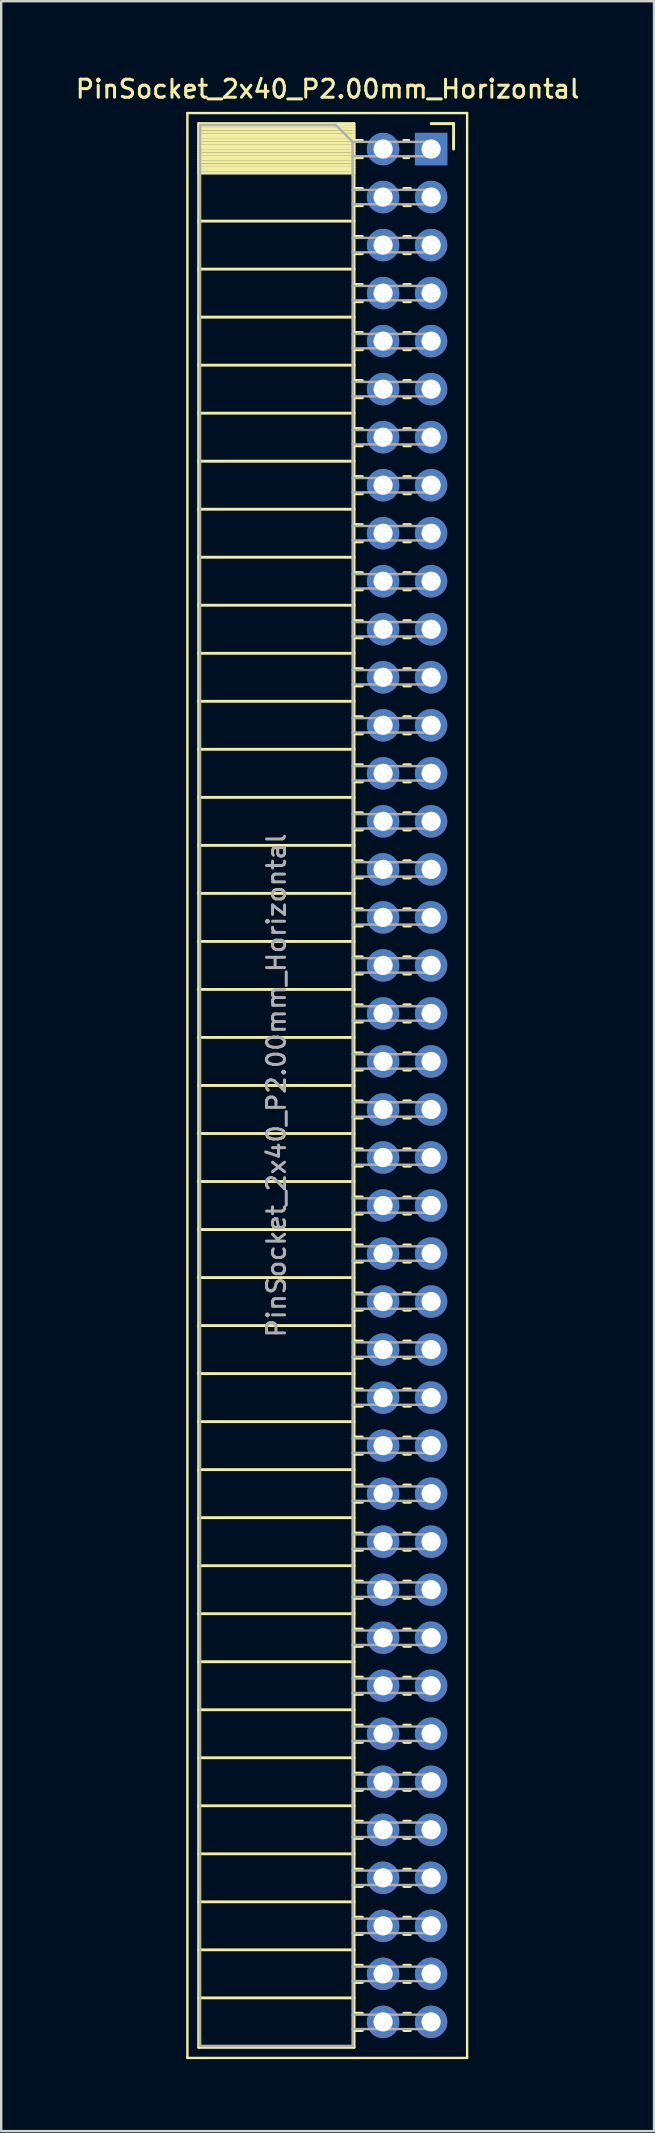
<source format=kicad_pcb>
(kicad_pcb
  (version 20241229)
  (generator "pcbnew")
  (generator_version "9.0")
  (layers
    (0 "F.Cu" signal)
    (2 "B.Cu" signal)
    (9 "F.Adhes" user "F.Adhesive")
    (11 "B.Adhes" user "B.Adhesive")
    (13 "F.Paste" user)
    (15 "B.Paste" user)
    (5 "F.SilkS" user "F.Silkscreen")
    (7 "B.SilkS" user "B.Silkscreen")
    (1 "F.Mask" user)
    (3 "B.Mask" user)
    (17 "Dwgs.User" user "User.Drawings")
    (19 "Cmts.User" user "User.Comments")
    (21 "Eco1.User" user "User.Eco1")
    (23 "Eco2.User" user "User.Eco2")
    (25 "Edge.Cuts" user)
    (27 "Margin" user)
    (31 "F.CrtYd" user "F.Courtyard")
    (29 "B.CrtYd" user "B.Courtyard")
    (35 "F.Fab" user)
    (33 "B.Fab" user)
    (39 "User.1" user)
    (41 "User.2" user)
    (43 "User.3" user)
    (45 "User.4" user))
  (footprint "PinSocket_2x40_P2.00mm_Horizontal"
    (layer "F.Cu")
    (at 14.905 3.158)
    (property "Reference" "PinSocket_2x40_P2.00mm_Horizontal" (at -4.31 -2.5 0) (layer "F.SilkS") (effects (font (size 0.75 0.75) (thickness 0.125))))
    (attr through_hole)
    (fp_line (start -10.15 -1.5) (end -10.15 79.5) (stroke (width 0.1) (type solid)) (layer "F.SilkS"))
    (fp_line (start -10.15 79.5) (end 1.5 79.5) (stroke (width 0.1) (type solid)) (layer "F.SilkS"))
    (fp_line (start -9.68 -1.06) (end -9.68 79.06) (stroke (width 0.12) (type solid)) (layer "F.SilkS"))
    (fp_line (start -9.68 -1.06) (end -3.21 -1.06) (stroke (width 0.12) (type solid)) (layer "F.SilkS"))
    (fp_line (start -9.68 -0.94) (end -3.21 -0.94) (stroke (width 0.12) (type solid)) (layer "F.SilkS"))
    (fp_line (start -9.68 -0.826) (end -3.21 -0.826) (stroke (width 0.12) (type solid)) (layer "F.SilkS"))
    (fp_line (start -9.68 -0.712) (end -3.21 -0.712) (stroke (width 0.12) (type solid)) (layer "F.SilkS"))
    (fp_line (start -9.68 -0.598) (end -3.21 -0.598) (stroke (width 0.12) (type solid)) (layer "F.SilkS"))
    (fp_line (start -9.68 -0.484) (end -3.21 -0.484) (stroke (width 0.12) (type solid)) (layer "F.SilkS"))
    (fp_line (start -9.68 -0.369) (end -3.21 -0.369) (stroke (width 0.12) (type solid)) (layer "F.SilkS"))
    (fp_line (start -9.68 -0.255) (end -3.21 -0.255) (stroke (width 0.12) (type solid)) (layer "F.SilkS"))
    (fp_line (start -9.68 -0.141) (end -3.21 -0.141) (stroke (width 0.12) (type solid)) (layer "F.SilkS"))
    (fp_line (start -9.68 -0.027) (end -3.21 -0.027) (stroke (width 0.12) (type solid)) (layer "F.SilkS"))
    (fp_line (start -9.68 0.087) (end -3.21 0.087) (stroke (width 0.12) (type solid)) (layer "F.SilkS"))
    (fp_line (start -9.68 0.201) (end -3.21 0.201) (stroke (width 0.12) (type solid)) (layer "F.SilkS"))
    (fp_line (start -9.68 0.315) (end -3.21 0.315) (stroke (width 0.12) (type solid)) (layer "F.SilkS"))
    (fp_line (start -9.68 0.429) (end -3.21 0.429) (stroke (width 0.12) (type solid)) (layer "F.SilkS"))
    (fp_line (start -9.68 0.544) (end -3.21 0.544) (stroke (width 0.12) (type solid)) (layer "F.SilkS"))
    (fp_line (start -9.68 0.658) (end -3.21 0.658) (stroke (width 0.12) (type solid)) (layer "F.SilkS"))
    (fp_line (start -9.68 0.772) (end -3.21 0.772) (stroke (width 0.12) (type solid)) (layer "F.SilkS"))
    (fp_line (start -9.68 0.886) (end -3.21 0.886) (stroke (width 0.12) (type solid)) (layer "F.SilkS"))
    (fp_line (start -9.68 1) (end -3.21 1) (stroke (width 0.12) (type solid)) (layer "F.SilkS"))
    (fp_line (start -9.68 3) (end -3.21 3) (stroke (width 0.12) (type solid)) (layer "F.SilkS"))
    (fp_line (start -9.68 5) (end -3.21 5) (stroke (width 0.12) (type solid)) (layer "F.SilkS"))
    (fp_line (start -9.68 7) (end -3.21 7) (stroke (width 0.12) (type solid)) (layer "F.SilkS"))
    (fp_line (start -9.68 9) (end -3.21 9) (stroke (width 0.12) (type solid)) (layer "F.SilkS"))
    (fp_line (start -9.68 11) (end -3.21 11) (stroke (width 0.12) (type solid)) (layer "F.SilkS"))
    (fp_line (start -9.68 13) (end -3.21 13) (stroke (width 0.12) (type solid)) (layer "F.SilkS"))
    (fp_line (start -9.68 15) (end -3.21 15) (stroke (width 0.12) (type solid)) (layer "F.SilkS"))
    (fp_line (start -9.68 17) (end -3.21 17) (stroke (width 0.12) (type solid)) (layer "F.SilkS"))
    (fp_line (start -9.68 19) (end -3.21 19) (stroke (width 0.12) (type solid)) (layer "F.SilkS"))
    (fp_line (start -9.68 21) (end -3.21 21) (stroke (width 0.12) (type solid)) (layer "F.SilkS"))
    (fp_line (start -9.68 23) (end -3.21 23) (stroke (width 0.12) (type solid)) (layer "F.SilkS"))
    (fp_line (start -9.68 25) (end -3.21 25) (stroke (width 0.12) (type solid)) (layer "F.SilkS"))
    (fp_line (start -9.68 27) (end -3.21 27) (stroke (width 0.12) (type solid)) (layer "F.SilkS"))
    (fp_line (start -9.68 29) (end -3.21 29) (stroke (width 0.12) (type solid)) (layer "F.SilkS"))
    (fp_line (start -9.68 31) (end -3.21 31) (stroke (width 0.12) (type solid)) (layer "F.SilkS"))
    (fp_line (start -9.68 33) (end -3.21 33) (stroke (width 0.12) (type solid)) (layer "F.SilkS"))
    (fp_line (start -9.68 35) (end -3.21 35) (stroke (width 0.12) (type solid)) (layer "F.SilkS"))
    (fp_line (start -9.68 37) (end -3.21 37) (stroke (width 0.12) (type solid)) (layer "F.SilkS"))
    (fp_line (start -9.68 39) (end -3.21 39) (stroke (width 0.12) (type solid)) (layer "F.SilkS"))
    (fp_line (start -9.68 41) (end -3.21 41) (stroke (width 0.12) (type solid)) (layer "F.SilkS"))
    (fp_line (start -9.68 43) (end -3.21 43) (stroke (width 0.12) (type solid)) (layer "F.SilkS"))
    (fp_line (start -9.68 45) (end -3.21 45) (stroke (width 0.12) (type solid)) (layer "F.SilkS"))
    (fp_line (start -9.68 47) (end -3.21 47) (stroke (width 0.12) (type solid)) (layer "F.SilkS"))
    (fp_line (start -9.68 49) (end -3.21 49) (stroke (width 0.12) (type solid)) (layer "F.SilkS"))
    (fp_line (start -9.68 51) (end -3.21 51) (stroke (width 0.12) (type solid)) (layer "F.SilkS"))
    (fp_line (start -9.68 53) (end -3.21 53) (stroke (width 0.12) (type solid)) (layer "F.SilkS"))
    (fp_line (start -9.68 55) (end -3.21 55) (stroke (width 0.12) (type solid)) (layer "F.SilkS"))
    (fp_line (start -9.68 57) (end -3.21 57) (stroke (width 0.12) (type solid)) (layer "F.SilkS"))
    (fp_line (start -9.68 59) (end -3.21 59) (stroke (width 0.12) (type solid)) (layer "F.SilkS"))
    (fp_line (start -9.68 61) (end -3.21 61) (stroke (width 0.12) (type solid)) (layer "F.SilkS"))
    (fp_line (start -9.68 63) (end -3.21 63) (stroke (width 0.12) (type solid)) (layer "F.SilkS"))
    (fp_line (start -9.68 65) (end -3.21 65) (stroke (width 0.12) (type solid)) (layer "F.SilkS"))
    (fp_line (start -9.68 67) (end -3.21 67) (stroke (width 0.12) (type solid)) (layer "F.SilkS"))
    (fp_line (start -9.68 69) (end -3.21 69) (stroke (width 0.12) (type solid)) (layer "F.SilkS"))
    (fp_line (start -9.68 71) (end -3.21 71) (stroke (width 0.12) (type solid)) (layer "F.SilkS"))
    (fp_line (start -9.68 73) (end -3.21 73) (stroke (width 0.12) (type solid)) (layer "F.SilkS"))
    (fp_line (start -9.68 75) (end -3.21 75) (stroke (width 0.12) (type solid)) (layer "F.SilkS"))
    (fp_line (start -9.68 77) (end -3.21 77) (stroke (width 0.12) (type solid)) (layer "F.SilkS"))
    (fp_line (start -9.68 79.06) (end -3.21 79.06) (stroke (width 0.12) (type solid)) (layer "F.SilkS"))
    (fp_line (start -3.21 -1.06) (end -3.21 79.06) (stroke (width 0.12) (type solid)) (layer "F.SilkS"))
    (fp_line (start -3.21 -0.36) (end -2.863 -0.36) (stroke (width 0.12) (type solid)) (layer "F.SilkS"))
    (fp_line (start -3.21 0.36) (end -2.863 0.36) (stroke (width 0.12) (type solid)) (layer "F.SilkS"))
    (fp_line (start -3.21 1.64) (end -2.863 1.64) (stroke (width 0.12) (type solid)) (layer "F.SilkS"))
    (fp_line (start -3.21 2.36) (end -2.863 2.36) (stroke (width 0.12) (type solid)) (layer "F.SilkS"))
    (fp_line (start -3.21 3.64) (end -2.863 3.64) (stroke (width 0.12) (type solid)) (layer "F.SilkS"))
    (fp_line (start -3.21 4.36) (end -2.863 4.36) (stroke (width 0.12) (type solid)) (layer "F.SilkS"))
    (fp_line (start -3.21 5.64) (end -2.863 5.64) (stroke (width 0.12) (type solid)) (layer "F.SilkS"))
    (fp_line (start -3.21 6.36) (end -2.863 6.36) (stroke (width 0.12) (type solid)) (layer "F.SilkS"))
    (fp_line (start -3.21 7.64) (end -2.863 7.64) (stroke (width 0.12) (type solid)) (layer "F.SilkS"))
    (fp_line (start -3.21 8.36) (end -2.863 8.36) (stroke (width 0.12) (type solid)) (layer "F.SilkS"))
    (fp_line (start -3.21 9.64) (end -2.863 9.64) (stroke (width 0.12) (type solid)) (layer "F.SilkS"))
    (fp_line (start -3.21 10.36) (end -2.863 10.36) (stroke (width 0.12) (type solid)) (layer "F.SilkS"))
    (fp_line (start -3.21 11.64) (end -2.863 11.64) (stroke (width 0.12) (type solid)) (layer "F.SilkS"))
    (fp_line (start -3.21 12.36) (end -2.863 12.36) (stroke (width 0.12) (type solid)) (layer "F.SilkS"))
    (fp_line (start -3.21 13.64) (end -2.863 13.64) (stroke (width 0.12) (type solid)) (layer "F.SilkS"))
    (fp_line (start -3.21 14.36) (end -2.863 14.36) (stroke (width 0.12) (type solid)) (layer "F.SilkS"))
    (fp_line (start -3.21 15.64) (end -2.863 15.64) (stroke (width 0.12) (type solid)) (layer "F.SilkS"))
    (fp_line (start -3.21 16.36) (end -2.863 16.36) (stroke (width 0.12) (type solid)) (layer "F.SilkS"))
    (fp_line (start -3.21 17.64) (end -2.863 17.64) (stroke (width 0.12) (type solid)) (layer "F.SilkS"))
    (fp_line (start -3.21 18.36) (end -2.863 18.36) (stroke (width 0.12) (type solid)) (layer "F.SilkS"))
    (fp_line (start -3.21 19.64) (end -2.863 19.64) (stroke (width 0.12) (type solid)) (layer "F.SilkS"))
    (fp_line (start -3.21 20.36) (end -2.863 20.36) (stroke (width 0.12) (type solid)) (layer "F.SilkS"))
    (fp_line (start -3.21 21.64) (end -2.863 21.64) (stroke (width 0.12) (type solid)) (layer "F.SilkS"))
    (fp_line (start -3.21 22.36) (end -2.863 22.36) (stroke (width 0.12) (type solid)) (layer "F.SilkS"))
    (fp_line (start -3.21 23.64) (end -2.863 23.64) (stroke (width 0.12) (type solid)) (layer "F.SilkS"))
    (fp_line (start -3.21 24.36) (end -2.863 24.36) (stroke (width 0.12) (type solid)) (layer "F.SilkS"))
    (fp_line (start -3.21 25.64) (end -2.863 25.64) (stroke (width 0.12) (type solid)) (layer "F.SilkS"))
    (fp_line (start -3.21 26.36) (end -2.863 26.36) (stroke (width 0.12) (type solid)) (layer "F.SilkS"))
    (fp_line (start -3.21 27.64) (end -2.863 27.64) (stroke (width 0.12) (type solid)) (layer "F.SilkS"))
    (fp_line (start -3.21 28.36) (end -2.863 28.36) (stroke (width 0.12) (type solid)) (layer "F.SilkS"))
    (fp_line (start -3.21 29.64) (end -2.863 29.64) (stroke (width 0.12) (type solid)) (layer "F.SilkS"))
    (fp_line (start -3.21 30.36) (end -2.863 30.36) (stroke (width 0.12) (type solid)) (layer "F.SilkS"))
    (fp_line (start -3.21 31.64) (end -2.863 31.64) (stroke (width 0.12) (type solid)) (layer "F.SilkS"))
    (fp_line (start -3.21 32.36) (end -2.863 32.36) (stroke (width 0.12) (type solid)) (layer "F.SilkS"))
    (fp_line (start -3.21 33.64) (end -2.863 33.64) (stroke (width 0.12) (type solid)) (layer "F.SilkS"))
    (fp_line (start -3.21 34.36) (end -2.863 34.36) (stroke (width 0.12) (type solid)) (layer "F.SilkS"))
    (fp_line (start -3.21 35.64) (end -2.863 35.64) (stroke (width 0.12) (type solid)) (layer "F.SilkS"))
    (fp_line (start -3.21 36.36) (end -2.863 36.36) (stroke (width 0.12) (type solid)) (layer "F.SilkS"))
    (fp_line (start -3.21 37.64) (end -2.863 37.64) (stroke (width 0.12) (type solid)) (layer "F.SilkS"))
    (fp_line (start -3.21 38.36) (end -2.863 38.36) (stroke (width 0.12) (type solid)) (layer "F.SilkS"))
    (fp_line (start -3.21 39.64) (end -2.863 39.64) (stroke (width 0.12) (type solid)) (layer "F.SilkS"))
    (fp_line (start -3.21 40.36) (end -2.863 40.36) (stroke (width 0.12) (type solid)) (layer "F.SilkS"))
    (fp_line (start -3.21 41.64) (end -2.863 41.64) (stroke (width 0.12) (type solid)) (layer "F.SilkS"))
    (fp_line (start -3.21 42.36) (end -2.863 42.36) (stroke (width 0.12) (type solid)) (layer "F.SilkS"))
    (fp_line (start -3.21 43.64) (end -2.863 43.64) (stroke (width 0.12) (type solid)) (layer "F.SilkS"))
    (fp_line (start -3.21 44.36) (end -2.863 44.36) (stroke (width 0.12) (type solid)) (layer "F.SilkS"))
    (fp_line (start -3.21 45.64) (end -2.863 45.64) (stroke (width 0.12) (type solid)) (layer "F.SilkS"))
    (fp_line (start -3.21 46.36) (end -2.863 46.36) (stroke (width 0.12) (type solid)) (layer "F.SilkS"))
    (fp_line (start -3.21 47.64) (end -2.863 47.64) (stroke (width 0.12) (type solid)) (layer "F.SilkS"))
    (fp_line (start -3.21 48.36) (end -2.863 48.36) (stroke (width 0.12) (type solid)) (layer "F.SilkS"))
    (fp_line (start -3.21 49.64) (end -2.863 49.64) (stroke (width 0.12) (type solid)) (layer "F.SilkS"))
    (fp_line (start -3.21 50.36) (end -2.863 50.36) (stroke (width 0.12) (type solid)) (layer "F.SilkS"))
    (fp_line (start -3.21 51.64) (end -2.863 51.64) (stroke (width 0.12) (type solid)) (layer "F.SilkS"))
    (fp_line (start -3.21 52.36) (end -2.863 52.36) (stroke (width 0.12) (type solid)) (layer "F.SilkS"))
    (fp_line (start -3.21 53.64) (end -2.863 53.64) (stroke (width 0.12) (type solid)) (layer "F.SilkS"))
    (fp_line (start -3.21 54.36) (end -2.863 54.36) (stroke (width 0.12) (type solid)) (layer "F.SilkS"))
    (fp_line (start -3.21 55.64) (end -2.863 55.64) (stroke (width 0.12) (type solid)) (layer "F.SilkS"))
    (fp_line (start -3.21 56.36) (end -2.863 56.36) (stroke (width 0.12) (type solid)) (layer "F.SilkS"))
    (fp_line (start -3.21 57.64) (end -2.863 57.64) (stroke (width 0.12) (type solid)) (layer "F.SilkS"))
    (fp_line (start -3.21 58.36) (end -2.863 58.36) (stroke (width 0.12) (type solid)) (layer "F.SilkS"))
    (fp_line (start -3.21 59.64) (end -2.863 59.64) (stroke (width 0.12) (type solid)) (layer "F.SilkS"))
    (fp_line (start -3.21 60.36) (end -2.863 60.36) (stroke (width 0.12) (type solid)) (layer "F.SilkS"))
    (fp_line (start -3.21 61.64) (end -2.863 61.64) (stroke (width 0.12) (type solid)) (layer "F.SilkS"))
    (fp_line (start -3.21 62.36) (end -2.863 62.36) (stroke (width 0.12) (type solid)) (layer "F.SilkS"))
    (fp_line (start -3.21 63.64) (end -2.863 63.64) (stroke (width 0.12) (type solid)) (layer "F.SilkS"))
    (fp_line (start -3.21 64.36) (end -2.863 64.36) (stroke (width 0.12) (type solid)) (layer "F.SilkS"))
    (fp_line (start -3.21 65.64) (end -2.863 65.64) (stroke (width 0.12) (type solid)) (layer "F.SilkS"))
    (fp_line (start -3.21 66.36) (end -2.863 66.36) (stroke (width 0.12) (type solid)) (layer "F.SilkS"))
    (fp_line (start -3.21 67.64) (end -2.863 67.64) (stroke (width 0.12) (type solid)) (layer "F.SilkS"))
    (fp_line (start -3.21 68.36) (end -2.863 68.36) (stroke (width 0.12) (type solid)) (layer "F.SilkS"))
    (fp_line (start -3.21 69.64) (end -2.863 69.64) (stroke (width 0.12) (type solid)) (layer "F.SilkS"))
    (fp_line (start -3.21 70.36) (end -2.863 70.36) (stroke (width 0.12) (type solid)) (layer "F.SilkS"))
    (fp_line (start -3.21 71.64) (end -2.863 71.64) (stroke (width 0.12) (type solid)) (layer "F.SilkS"))
    (fp_line (start -3.21 72.36) (end -2.863 72.36) (stroke (width 0.12) (type solid)) (layer "F.SilkS"))
    (fp_line (start -3.21 73.64) (end -2.863 73.64) (stroke (width 0.12) (type solid)) (layer "F.SilkS"))
    (fp_line (start -3.21 74.36) (end -2.863 74.36) (stroke (width 0.12) (type solid)) (layer "F.SilkS"))
    (fp_line (start -3.21 75.64) (end -2.863 75.64) (stroke (width 0.12) (type solid)) (layer "F.SilkS"))
    (fp_line (start -3.21 76.36) (end -2.863 76.36) (stroke (width 0.12) (type solid)) (layer "F.SilkS"))
    (fp_line (start -3.21 77.64) (end -2.863 77.64) (stroke (width 0.12) (type solid)) (layer "F.SilkS"))
    (fp_line (start -3.21 78.36) (end -2.863 78.36) (stroke (width 0.12) (type solid)) (layer "F.SilkS"))
    (fp_line (start -1.137 -0.36) (end -0.935 -0.36) (stroke (width 0.12) (type solid)) (layer "F.SilkS"))
    (fp_line (start -1.137 0.36) (end -0.935 0.36) (stroke (width 0.12) (type solid)) (layer "F.SilkS"))
    (fp_line (start -1.137 1.64) (end -0.863 1.64) (stroke (width 0.12) (type solid)) (layer "F.SilkS"))
    (fp_line (start -1.137 2.36) (end -0.863 2.36) (stroke (width 0.12) (type solid)) (layer "F.SilkS"))
    (fp_line (start -1.137 3.64) (end -0.863 3.64) (stroke (width 0.12) (type solid)) (layer "F.SilkS"))
    (fp_line (start -1.137 4.36) (end -0.863 4.36) (stroke (width 0.12) (type solid)) (layer "F.SilkS"))
    (fp_line (start -1.137 5.64) (end -0.863 5.64) (stroke (width 0.12) (type solid)) (layer "F.SilkS"))
    (fp_line (start -1.137 6.36) (end -0.863 6.36) (stroke (width 0.12) (type solid)) (layer "F.SilkS"))
    (fp_line (start -1.137 7.64) (end -0.863 7.64) (stroke (width 0.12) (type solid)) (layer "F.SilkS"))
    (fp_line (start -1.137 8.36) (end -0.863 8.36) (stroke (width 0.12) (type solid)) (layer "F.SilkS"))
    (fp_line (start -1.137 9.64) (end -0.863 9.64) (stroke (width 0.12) (type solid)) (layer "F.SilkS"))
    (fp_line (start -1.137 10.36) (end -0.863 10.36) (stroke (width 0.12) (type solid)) (layer "F.SilkS"))
    (fp_line (start -1.137 11.64) (end -0.863 11.64) (stroke (width 0.12) (type solid)) (layer "F.SilkS"))
    (fp_line (start -1.137 12.36) (end -0.863 12.36) (stroke (width 0.12) (type solid)) (layer "F.SilkS"))
    (fp_line (start -1.137 13.64) (end -0.863 13.64) (stroke (width 0.12) (type solid)) (layer "F.SilkS"))
    (fp_line (start -1.137 14.36) (end -0.863 14.36) (stroke (width 0.12) (type solid)) (layer "F.SilkS"))
    (fp_line (start -1.137 15.64) (end -0.863 15.64) (stroke (width 0.12) (type solid)) (layer "F.SilkS"))
    (fp_line (start -1.137 16.36) (end -0.863 16.36) (stroke (width 0.12) (type solid)) (layer "F.SilkS"))
    (fp_line (start -1.137 17.64) (end -0.863 17.64) (stroke (width 0.12) (type solid)) (layer "F.SilkS"))
    (fp_line (start -1.137 18.36) (end -0.863 18.36) (stroke (width 0.12) (type solid)) (layer "F.SilkS"))
    (fp_line (start -1.137 19.64) (end -0.863 19.64) (stroke (width 0.12) (type solid)) (layer "F.SilkS"))
    (fp_line (start -1.137 20.36) (end -0.863 20.36) (stroke (width 0.12) (type solid)) (layer "F.SilkS"))
    (fp_line (start -1.137 21.64) (end -0.863 21.64) (stroke (width 0.12) (type solid)) (layer "F.SilkS"))
    (fp_line (start -1.137 22.36) (end -0.863 22.36) (stroke (width 0.12) (type solid)) (layer "F.SilkS"))
    (fp_line (start -1.137 23.64) (end -0.863 23.64) (stroke (width 0.12) (type solid)) (layer "F.SilkS"))
    (fp_line (start -1.137 24.36) (end -0.863 24.36) (stroke (width 0.12) (type solid)) (layer "F.SilkS"))
    (fp_line (start -1.137 25.64) (end -0.863 25.64) (stroke (width 0.12) (type solid)) (layer "F.SilkS"))
    (fp_line (start -1.137 26.36) (end -0.863 26.36) (stroke (width 0.12) (type solid)) (layer "F.SilkS"))
    (fp_line (start -1.137 27.64) (end -0.863 27.64) (stroke (width 0.12) (type solid)) (layer "F.SilkS"))
    (fp_line (start -1.137 28.36) (end -0.863 28.36) (stroke (width 0.12) (type solid)) (layer "F.SilkS"))
    (fp_line (start -1.137 29.64) (end -0.863 29.64) (stroke (width 0.12) (type solid)) (layer "F.SilkS"))
    (fp_line (start -1.137 30.36) (end -0.863 30.36) (stroke (width 0.12) (type solid)) (layer "F.SilkS"))
    (fp_line (start -1.137 31.64) (end -0.863 31.64) (stroke (width 0.12) (type solid)) (layer "F.SilkS"))
    (fp_line (start -1.137 32.36) (end -0.863 32.36) (stroke (width 0.12) (type solid)) (layer "F.SilkS"))
    (fp_line (start -1.137 33.64) (end -0.863 33.64) (stroke (width 0.12) (type solid)) (layer "F.SilkS"))
    (fp_line (start -1.137 34.36) (end -0.863 34.36) (stroke (width 0.12) (type solid)) (layer "F.SilkS"))
    (fp_line (start -1.137 35.64) (end -0.863 35.64) (stroke (width 0.12) (type solid)) (layer "F.SilkS"))
    (fp_line (start -1.137 36.36) (end -0.863 36.36) (stroke (width 0.12) (type solid)) (layer "F.SilkS"))
    (fp_line (start -1.137 37.64) (end -0.863 37.64) (stroke (width 0.12) (type solid)) (layer "F.SilkS"))
    (fp_line (start -1.137 38.36) (end -0.863 38.36) (stroke (width 0.12) (type solid)) (layer "F.SilkS"))
    (fp_line (start -1.137 39.64) (end -0.863 39.64) (stroke (width 0.12) (type solid)) (layer "F.SilkS"))
    (fp_line (start -1.137 40.36) (end -0.863 40.36) (stroke (width 0.12) (type solid)) (layer "F.SilkS"))
    (fp_line (start -1.137 41.64) (end -0.863 41.64) (stroke (width 0.12) (type solid)) (layer "F.SilkS"))
    (fp_line (start -1.137 42.36) (end -0.863 42.36) (stroke (width 0.12) (type solid)) (layer "F.SilkS"))
    (fp_line (start -1.137 43.64) (end -0.863 43.64) (stroke (width 0.12) (type solid)) (layer "F.SilkS"))
    (fp_line (start -1.137 44.36) (end -0.863 44.36) (stroke (width 0.12) (type solid)) (layer "F.SilkS"))
    (fp_line (start -1.137 45.64) (end -0.863 45.64) (stroke (width 0.12) (type solid)) (layer "F.SilkS"))
    (fp_line (start -1.137 46.36) (end -0.863 46.36) (stroke (width 0.12) (type solid)) (layer "F.SilkS"))
    (fp_line (start -1.137 47.64) (end -0.863 47.64) (stroke (width 0.12) (type solid)) (layer "F.SilkS"))
    (fp_line (start -1.137 48.36) (end -0.863 48.36) (stroke (width 0.12) (type solid)) (layer "F.SilkS"))
    (fp_line (start -1.137 49.64) (end -0.863 49.64) (stroke (width 0.12) (type solid)) (layer "F.SilkS"))
    (fp_line (start -1.137 50.36) (end -0.863 50.36) (stroke (width 0.12) (type solid)) (layer "F.SilkS"))
    (fp_line (start -1.137 51.64) (end -0.863 51.64) (stroke (width 0.12) (type solid)) (layer "F.SilkS"))
    (fp_line (start -1.137 52.36) (end -0.863 52.36) (stroke (width 0.12) (type solid)) (layer "F.SilkS"))
    (fp_line (start -1.137 53.64) (end -0.863 53.64) (stroke (width 0.12) (type solid)) (layer "F.SilkS"))
    (fp_line (start -1.137 54.36) (end -0.863 54.36) (stroke (width 0.12) (type solid)) (layer "F.SilkS"))
    (fp_line (start -1.137 55.64) (end -0.863 55.64) (stroke (width 0.12) (type solid)) (layer "F.SilkS"))
    (fp_line (start -1.137 56.36) (end -0.863 56.36) (stroke (width 0.12) (type solid)) (layer "F.SilkS"))
    (fp_line (start -1.137 57.64) (end -0.863 57.64) (stroke (width 0.12) (type solid)) (layer "F.SilkS"))
    (fp_line (start -1.137 58.36) (end -0.863 58.36) (stroke (width 0.12) (type solid)) (layer "F.SilkS"))
    (fp_line (start -1.137 59.64) (end -0.863 59.64) (stroke (width 0.12) (type solid)) (layer "F.SilkS"))
    (fp_line (start -1.137 60.36) (end -0.863 60.36) (stroke (width 0.12) (type solid)) (layer "F.SilkS"))
    (fp_line (start -1.137 61.64) (end -0.863 61.64) (stroke (width 0.12) (type solid)) (layer "F.SilkS"))
    (fp_line (start -1.137 62.36) (end -0.863 62.36) (stroke (width 0.12) (type solid)) (layer "F.SilkS"))
    (fp_line (start -1.137 63.64) (end -0.863 63.64) (stroke (width 0.12) (type solid)) (layer "F.SilkS"))
    (fp_line (start -1.137 64.36) (end -0.863 64.36) (stroke (width 0.12) (type solid)) (layer "F.SilkS"))
    (fp_line (start -1.137 65.64) (end -0.863 65.64) (stroke (width 0.12) (type solid)) (layer "F.SilkS"))
    (fp_line (start -1.137 66.36) (end -0.863 66.36) (stroke (width 0.12) (type solid)) (layer "F.SilkS"))
    (fp_line (start -1.137 67.64) (end -0.863 67.64) (stroke (width 0.12) (type solid)) (layer "F.SilkS"))
    (fp_line (start -1.137 68.36) (end -0.863 68.36) (stroke (width 0.12) (type solid)) (layer "F.SilkS"))
    (fp_line (start -1.137 69.64) (end -0.863 69.64) (stroke (width 0.12) (type solid)) (layer "F.SilkS"))
    (fp_line (start -1.137 70.36) (end -0.863 70.36) (stroke (width 0.12) (type solid)) (layer "F.SilkS"))
    (fp_line (start -1.137 71.64) (end -0.863 71.64) (stroke (width 0.12) (type solid)) (layer "F.SilkS"))
    (fp_line (start -1.137 72.36) (end -0.863 72.36) (stroke (width 0.12) (type solid)) (layer "F.SilkS"))
    (fp_line (start -1.137 73.64) (end -0.863 73.64) (stroke (width 0.12) (type solid)) (layer "F.SilkS"))
    (fp_line (start -1.137 74.36) (end -0.863 74.36) (stroke (width 0.12) (type solid)) (layer "F.SilkS"))
    (fp_line (start -1.137 75.64) (end -0.863 75.64) (stroke (width 0.12) (type solid)) (layer "F.SilkS"))
    (fp_line (start -1.137 76.36) (end -0.863 76.36) (stroke (width 0.12) (type solid)) (layer "F.SilkS"))
    (fp_line (start -1.137 77.64) (end -0.863 77.64) (stroke (width 0.12) (type solid)) (layer "F.SilkS"))
    (fp_line (start -1.137 78.36) (end -0.863 78.36) (stroke (width 0.12) (type solid)) (layer "F.SilkS"))
    (fp_line (start 0 -1.06) (end 0.935 -1.06) (stroke (width 0.12) (type solid)) (layer "F.SilkS"))
    (fp_line (start 0.935 -1.06) (end 0.935 0) (stroke (width 0.12) (type solid)) (layer "F.SilkS"))
    (fp_line (start 1.5 -1.5) (end -10.15 -1.5) (stroke (width 0.1) (type solid)) (layer "F.SilkS"))
    (fp_line (start 1.5 79.5) (end 1.5 -1.5) (stroke (width 0.1) (type solid)) (layer "F.SilkS"))
    (fp_line (start -9.62 -1) (end -3.97 -1) (stroke (width 0.1) (type solid)) (layer "F.Fab"))
    (fp_line (start -9.62 79) (end -9.62 -1) (stroke (width 0.1) (type solid)) (layer "F.Fab"))
    (fp_line (start -3.97 -1) (end -3.27 -0.3) (stroke (width 0.1) (type solid)) (layer "F.Fab"))
    (fp_line (start -3.27 -0.3) (end -3.27 79) (stroke (width 0.1) (type solid)) (layer "F.Fab"))
    (fp_line (start -3.27 0.3) (end 0 0.3) (stroke (width 0.1) (type solid)) (layer "F.Fab"))
    (fp_line (start -3.27 2.3) (end 0 2.3) (stroke (width 0.1) (type solid)) (layer "F.Fab"))
    (fp_line (start -3.27 4.3) (end 0 4.3) (stroke (width 0.1) (type solid)) (layer "F.Fab"))
    (fp_line (start -3.27 6.3) (end 0 6.3) (stroke (width 0.1) (type solid)) (layer "F.Fab"))
    (fp_line (start -3.27 8.3) (end 0 8.3) (stroke (width 0.1) (type solid)) (layer "F.Fab"))
    (fp_line (start -3.27 10.3) (end 0 10.3) (stroke (width 0.1) (type solid)) (layer "F.Fab"))
    (fp_line (start -3.27 12.3) (end 0 12.3) (stroke (width 0.1) (type solid)) (layer "F.Fab"))
    (fp_line (start -3.27 14.3) (end 0 14.3) (stroke (width 0.1) (type solid)) (layer "F.Fab"))
    (fp_line (start -3.27 16.3) (end 0 16.3) (stroke (width 0.1) (type solid)) (layer "F.Fab"))
    (fp_line (start -3.27 18.3) (end 0 18.3) (stroke (width 0.1) (type solid)) (layer "F.Fab"))
    (fp_line (start -3.27 20.3) (end 0 20.3) (stroke (width 0.1) (type solid)) (layer "F.Fab"))
    (fp_line (start -3.27 22.3) (end 0 22.3) (stroke (width 0.1) (type solid)) (layer "F.Fab"))
    (fp_line (start -3.27 24.3) (end 0 24.3) (stroke (width 0.1) (type solid)) (layer "F.Fab"))
    (fp_line (start -3.27 26.3) (end 0 26.3) (stroke (width 0.1) (type solid)) (layer "F.Fab"))
    (fp_line (start -3.27 28.3) (end 0 28.3) (stroke (width 0.1) (type solid)) (layer "F.Fab"))
    (fp_line (start -3.27 30.3) (end 0 30.3) (stroke (width 0.1) (type solid)) (layer "F.Fab"))
    (fp_line (start -3.27 32.3) (end 0 32.3) (stroke (width 0.1) (type solid)) (layer "F.Fab"))
    (fp_line (start -3.27 34.3) (end 0 34.3) (stroke (width 0.1) (type solid)) (layer "F.Fab"))
    (fp_line (start -3.27 36.3) (end 0 36.3) (stroke (width 0.1) (type solid)) (layer "F.Fab"))
    (fp_line (start -3.27 38.3) (end 0 38.3) (stroke (width 0.1) (type solid)) (layer "F.Fab"))
    (fp_line (start -3.27 40.3) (end 0 40.3) (stroke (width 0.1) (type solid)) (layer "F.Fab"))
    (fp_line (start -3.27 42.3) (end 0 42.3) (stroke (width 0.1) (type solid)) (layer "F.Fab"))
    (fp_line (start -3.27 44.3) (end 0 44.3) (stroke (width 0.1) (type solid)) (layer "F.Fab"))
    (fp_line (start -3.27 46.3) (end 0 46.3) (stroke (width 0.1) (type solid)) (layer "F.Fab"))
    (fp_line (start -3.27 48.3) (end 0 48.3) (stroke (width 0.1) (type solid)) (layer "F.Fab"))
    (fp_line (start -3.27 50.3) (end 0 50.3) (stroke (width 0.1) (type solid)) (layer "F.Fab"))
    (fp_line (start -3.27 52.3) (end 0 52.3) (stroke (width 0.1) (type solid)) (layer "F.Fab"))
    (fp_line (start -3.27 54.3) (end 0 54.3) (stroke (width 0.1) (type solid)) (layer "F.Fab"))
    (fp_line (start -3.27 56.3) (end 0 56.3) (stroke (width 0.1) (type solid)) (layer "F.Fab"))
    (fp_line (start -3.27 58.3) (end 0 58.3) (stroke (width 0.1) (type solid)) (layer "F.Fab"))
    (fp_line (start -3.27 60.3) (end 0 60.3) (stroke (width 0.1) (type solid)) (layer "F.Fab"))
    (fp_line (start -3.27 62.3) (end 0 62.3) (stroke (width 0.1) (type solid)) (layer "F.Fab"))
    (fp_line (start -3.27 64.3) (end 0 64.3) (stroke (width 0.1) (type solid)) (layer "F.Fab"))
    (fp_line (start -3.27 66.3) (end 0 66.3) (stroke (width 0.1) (type solid)) (layer "F.Fab"))
    (fp_line (start -3.27 68.3) (end 0 68.3) (stroke (width 0.1) (type solid)) (layer "F.Fab"))
    (fp_line (start -3.27 70.3) (end 0 70.3) (stroke (width 0.1) (type solid)) (layer "F.Fab"))
    (fp_line (start -3.27 72.3) (end 0 72.3) (stroke (width 0.1) (type solid)) (layer "F.Fab"))
    (fp_line (start -3.27 74.3) (end 0 74.3) (stroke (width 0.1) (type solid)) (layer "F.Fab"))
    (fp_line (start -3.27 76.3) (end 0 76.3) (stroke (width 0.1) (type solid)) (layer "F.Fab"))
    (fp_line (start -3.27 78.3) (end 0 78.3) (stroke (width 0.1) (type solid)) (layer "F.Fab"))
    (fp_line (start -3.27 79) (end -9.62 79) (stroke (width 0.1) (type solid)) (layer "F.Fab"))
    (fp_line (start 0 -0.3) (end -3.27 -0.3) (stroke (width 0.1) (type solid)) (layer "F.Fab"))
    (fp_line (start 0 0.3) (end 0 -0.3) (stroke (width 0.1) (type solid)) (layer "F.Fab"))
    (fp_line (start 0 1.7) (end -3.27 1.7) (stroke (width 0.1) (type solid)) (layer "F.Fab"))
    (fp_line (start 0 2.3) (end 0 1.7) (stroke (width 0.1) (type solid)) (layer "F.Fab"))
    (fp_line (start 0 3.7) (end -3.27 3.7) (stroke (width 0.1) (type solid)) (layer "F.Fab"))
    (fp_line (start 0 4.3) (end 0 3.7) (stroke (width 0.1) (type solid)) (layer "F.Fab"))
    (fp_line (start 0 5.7) (end -3.27 5.7) (stroke (width 0.1) (type solid)) (layer "F.Fab"))
    (fp_line (start 0 6.3) (end 0 5.7) (stroke (width 0.1) (type solid)) (layer "F.Fab"))
    (fp_line (start 0 7.7) (end -3.27 7.7) (stroke (width 0.1) (type solid)) (layer "F.Fab"))
    (fp_line (start 0 8.3) (end 0 7.7) (stroke (width 0.1) (type solid)) (layer "F.Fab"))
    (fp_line (start 0 9.7) (end -3.27 9.7) (stroke (width 0.1) (type solid)) (layer "F.Fab"))
    (fp_line (start 0 10.3) (end 0 9.7) (stroke (width 0.1) (type solid)) (layer "F.Fab"))
    (fp_line (start 0 11.7) (end -3.27 11.7) (stroke (width 0.1) (type solid)) (layer "F.Fab"))
    (fp_line (start 0 12.3) (end 0 11.7) (stroke (width 0.1) (type solid)) (layer "F.Fab"))
    (fp_line (start 0 13.7) (end -3.27 13.7) (stroke (width 0.1) (type solid)) (layer "F.Fab"))
    (fp_line (start 0 14.3) (end 0 13.7) (stroke (width 0.1) (type solid)) (layer "F.Fab"))
    (fp_line (start 0 15.7) (end -3.27 15.7) (stroke (width 0.1) (type solid)) (layer "F.Fab"))
    (fp_line (start 0 16.3) (end 0 15.7) (stroke (width 0.1) (type solid)) (layer "F.Fab"))
    (fp_line (start 0 17.7) (end -3.27 17.7) (stroke (width 0.1) (type solid)) (layer "F.Fab"))
    (fp_line (start 0 18.3) (end 0 17.7) (stroke (width 0.1) (type solid)) (layer "F.Fab"))
    (fp_line (start 0 19.7) (end -3.27 19.7) (stroke (width 0.1) (type solid)) (layer "F.Fab"))
    (fp_line (start 0 20.3) (end 0 19.7) (stroke (width 0.1) (type solid)) (layer "F.Fab"))
    (fp_line (start 0 21.7) (end -3.27 21.7) (stroke (width 0.1) (type solid)) (layer "F.Fab"))
    (fp_line (start 0 22.3) (end 0 21.7) (stroke (width 0.1) (type solid)) (layer "F.Fab"))
    (fp_line (start 0 23.7) (end -3.27 23.7) (stroke (width 0.1) (type solid)) (layer "F.Fab"))
    (fp_line (start 0 24.3) (end 0 23.7) (stroke (width 0.1) (type solid)) (layer "F.Fab"))
    (fp_line (start 0 25.7) (end -3.27 25.7) (stroke (width 0.1) (type solid)) (layer "F.Fab"))
    (fp_line (start 0 26.3) (end 0 25.7) (stroke (width 0.1) (type solid)) (layer "F.Fab"))
    (fp_line (start 0 27.7) (end -3.27 27.7) (stroke (width 0.1) (type solid)) (layer "F.Fab"))
    (fp_line (start 0 28.3) (end 0 27.7) (stroke (width 0.1) (type solid)) (layer "F.Fab"))
    (fp_line (start 0 29.7) (end -3.27 29.7) (stroke (width 0.1) (type solid)) (layer "F.Fab"))
    (fp_line (start 0 30.3) (end 0 29.7) (stroke (width 0.1) (type solid)) (layer "F.Fab"))
    (fp_line (start 0 31.7) (end -3.27 31.7) (stroke (width 0.1) (type solid)) (layer "F.Fab"))
    (fp_line (start 0 32.3) (end 0 31.7) (stroke (width 0.1) (type solid)) (layer "F.Fab"))
    (fp_line (start 0 33.7) (end -3.27 33.7) (stroke (width 0.1) (type solid)) (layer "F.Fab"))
    (fp_line (start 0 34.3) (end 0 33.7) (stroke (width 0.1) (type solid)) (layer "F.Fab"))
    (fp_line (start 0 35.7) (end -3.27 35.7) (stroke (width 0.1) (type solid)) (layer "F.Fab"))
    (fp_line (start 0 36.3) (end 0 35.7) (stroke (width 0.1) (type solid)) (layer "F.Fab"))
    (fp_line (start 0 37.7) (end -3.27 37.7) (stroke (width 0.1) (type solid)) (layer "F.Fab"))
    (fp_line (start 0 38.3) (end 0 37.7) (stroke (width 0.1) (type solid)) (layer "F.Fab"))
    (fp_line (start 0 39.7) (end -3.27 39.7) (stroke (width 0.1) (type solid)) (layer "F.Fab"))
    (fp_line (start 0 40.3) (end 0 39.7) (stroke (width 0.1) (type solid)) (layer "F.Fab"))
    (fp_line (start 0 41.7) (end -3.27 41.7) (stroke (width 0.1) (type solid)) (layer "F.Fab"))
    (fp_line (start 0 42.3) (end 0 41.7) (stroke (width 0.1) (type solid)) (layer "F.Fab"))
    (fp_line (start 0 43.7) (end -3.27 43.7) (stroke (width 0.1) (type solid)) (layer "F.Fab"))
    (fp_line (start 0 44.3) (end 0 43.7) (stroke (width 0.1) (type solid)) (layer "F.Fab"))
    (fp_line (start 0 45.7) (end -3.27 45.7) (stroke (width 0.1) (type solid)) (layer "F.Fab"))
    (fp_line (start 0 46.3) (end 0 45.7) (stroke (width 0.1) (type solid)) (layer "F.Fab"))
    (fp_line (start 0 47.7) (end -3.27 47.7) (stroke (width 0.1) (type solid)) (layer "F.Fab"))
    (fp_line (start 0 48.3) (end 0 47.7) (stroke (width 0.1) (type solid)) (layer "F.Fab"))
    (fp_line (start 0 49.7) (end -3.27 49.7) (stroke (width 0.1) (type solid)) (layer "F.Fab"))
    (fp_line (start 0 50.3) (end 0 49.7) (stroke (width 0.1) (type solid)) (layer "F.Fab"))
    (fp_line (start 0 51.7) (end -3.27 51.7) (stroke (width 0.1) (type solid)) (layer "F.Fab"))
    (fp_line (start 0 52.3) (end 0 51.7) (stroke (width 0.1) (type solid)) (layer "F.Fab"))
    (fp_line (start 0 53.7) (end -3.27 53.7) (stroke (width 0.1) (type solid)) (layer "F.Fab"))
    (fp_line (start 0 54.3) (end 0 53.7) (stroke (width 0.1) (type solid)) (layer "F.Fab"))
    (fp_line (start 0 55.7) (end -3.27 55.7) (stroke (width 0.1) (type solid)) (layer "F.Fab"))
    (fp_line (start 0 56.3) (end 0 55.7) (stroke (width 0.1) (type solid)) (layer "F.Fab"))
    (fp_line (start 0 57.7) (end -3.27 57.7) (stroke (width 0.1) (type solid)) (layer "F.Fab"))
    (fp_line (start 0 58.3) (end 0 57.7) (stroke (width 0.1) (type solid)) (layer "F.Fab"))
    (fp_line (start 0 59.7) (end -3.27 59.7) (stroke (width 0.1) (type solid)) (layer "F.Fab"))
    (fp_line (start 0 60.3) (end 0 59.7) (stroke (width 0.1) (type solid)) (layer "F.Fab"))
    (fp_line (start 0 61.7) (end -3.27 61.7) (stroke (width 0.1) (type solid)) (layer "F.Fab"))
    (fp_line (start 0 62.3) (end 0 61.7) (stroke (width 0.1) (type solid)) (layer "F.Fab"))
    (fp_line (start 0 63.7) (end -3.27 63.7) (stroke (width 0.1) (type solid)) (layer "F.Fab"))
    (fp_line (start 0 64.3) (end 0 63.7) (stroke (width 0.1) (type solid)) (layer "F.Fab"))
    (fp_line (start 0 65.7) (end -3.27 65.7) (stroke (width 0.1) (type solid)) (layer "F.Fab"))
    (fp_line (start 0 66.3) (end 0 65.7) (stroke (width 0.1) (type solid)) (layer "F.Fab"))
    (fp_line (start 0 67.7) (end -3.27 67.7) (stroke (width 0.1) (type solid)) (layer "F.Fab"))
    (fp_line (start 0 68.3) (end 0 67.7) (stroke (width 0.1) (type solid)) (layer "F.Fab"))
    (fp_line (start 0 69.7) (end -3.27 69.7) (stroke (width 0.1) (type solid)) (layer "F.Fab"))
    (fp_line (start 0 70.3) (end 0 69.7) (stroke (width 0.1) (type solid)) (layer "F.Fab"))
    (fp_line (start 0 71.7) (end -3.27 71.7) (stroke (width 0.1) (type solid)) (layer "F.Fab"))
    (fp_line (start 0 72.3) (end 0 71.7) (stroke (width 0.1) (type solid)) (layer "F.Fab"))
    (fp_line (start 0 73.7) (end -3.27 73.7) (stroke (width 0.1) (type solid)) (layer "F.Fab"))
    (fp_line (start 0 74.3) (end 0 73.7) (stroke (width 0.1) (type solid)) (layer "F.Fab"))
    (fp_line (start 0 75.7) (end -3.27 75.7) (stroke (width 0.1) (type solid)) (layer "F.Fab"))
    (fp_line (start 0 76.3) (end 0 75.7) (stroke (width 0.1) (type solid)) (layer "F.Fab"))
    (fp_line (start 0 77.7) (end -3.27 77.7) (stroke (width 0.1) (type solid)) (layer "F.Fab"))
    (fp_line (start 0 78.3) (end 0 77.7) (stroke (width 0.1) (type solid)) (layer "F.Fab"))
    (fp_text user "${REFERENCE}" (at -6.445 39 90) (layer "F.Fab") (effects (font (size 0.75 0.75) (thickness 0.125))))
    (pad "1" thru_hole rect (at 0 0) (size 1.35 1.35) (drill 0.8) (layers "*.Cu" "*.Mask"))
    (pad "2" thru_hole oval (at -2 0) (size 1.35 1.35) (drill 0.8) (layers "*.Cu" "*.Mask"))
    (pad "3" thru_hole oval (at 0 2) (size 1.35 1.35) (drill 0.8) (layers "*.Cu" "*.Mask"))
    (pad "4" thru_hole oval (at -2 2) (size 1.35 1.35) (drill 0.8) (layers "*.Cu" "*.Mask"))
    (pad "5" thru_hole oval (at 0 4) (size 1.35 1.35) (drill 0.8) (layers "*.Cu" "*.Mask"))
    (pad "6" thru_hole oval (at -2 4) (size 1.35 1.35) (drill 0.8) (layers "*.Cu" "*.Mask"))
    (pad "7" thru_hole oval (at 0 6) (size 1.35 1.35) (drill 0.8) (layers "*.Cu" "*.Mask"))
    (pad "8" thru_hole oval (at -2 6) (size 1.35 1.35) (drill 0.8) (layers "*.Cu" "*.Mask"))
    (pad "9" thru_hole oval (at 0 8) (size 1.35 1.35) (drill 0.8) (layers "*.Cu" "*.Mask"))
    (pad "10" thru_hole oval (at -2 8) (size 1.35 1.35) (drill 0.8) (layers "*.Cu" "*.Mask"))
    (pad "11" thru_hole oval (at 0 10) (size 1.35 1.35) (drill 0.8) (layers "*.Cu" "*.Mask"))
    (pad "12" thru_hole oval (at -2 10) (size 1.35 1.35) (drill 0.8) (layers "*.Cu" "*.Mask"))
    (pad "13" thru_hole oval (at 0 12) (size 1.35 1.35) (drill 0.8) (layers "*.Cu" "*.Mask"))
    (pad "14" thru_hole oval (at -2 12) (size 1.35 1.35) (drill 0.8) (layers "*.Cu" "*.Mask"))
    (pad "15" thru_hole oval (at 0 14) (size 1.35 1.35) (drill 0.8) (layers "*.Cu" "*.Mask"))
    (pad "16" thru_hole oval (at -2 14) (size 1.35 1.35) (drill 0.8) (layers "*.Cu" "*.Mask"))
    (pad "17" thru_hole oval (at 0 16) (size 1.35 1.35) (drill 0.8) (layers "*.Cu" "*.Mask"))
    (pad "18" thru_hole oval (at -2 16) (size 1.35 1.35) (drill 0.8) (layers "*.Cu" "*.Mask"))
    (pad "19" thru_hole oval (at 0 18) (size 1.35 1.35) (drill 0.8) (layers "*.Cu" "*.Mask"))
    (pad "20" thru_hole oval (at -2 18) (size 1.35 1.35) (drill 0.8) (layers "*.Cu" "*.Mask"))
    (pad "21" thru_hole oval (at 0 20) (size 1.35 1.35) (drill 0.8) (layers "*.Cu" "*.Mask"))
    (pad "22" thru_hole oval (at -2 20) (size 1.35 1.35) (drill 0.8) (layers "*.Cu" "*.Mask"))
    (pad "23" thru_hole oval (at 0 22) (size 1.35 1.35) (drill 0.8) (layers "*.Cu" "*.Mask"))
    (pad "24" thru_hole oval (at -2 22) (size 1.35 1.35) (drill 0.8) (layers "*.Cu" "*.Mask"))
    (pad "25" thru_hole oval (at 0 24) (size 1.35 1.35) (drill 0.8) (layers "*.Cu" "*.Mask"))
    (pad "26" thru_hole oval (at -2 24) (size 1.35 1.35) (drill 0.8) (layers "*.Cu" "*.Mask"))
    (pad "27" thru_hole oval (at 0 26) (size 1.35 1.35) (drill 0.8) (layers "*.Cu" "*.Mask"))
    (pad "28" thru_hole oval (at -2 26) (size 1.35 1.35) (drill 0.8) (layers "*.Cu" "*.Mask"))
    (pad "29" thru_hole oval (at 0 28) (size 1.35 1.35) (drill 0.8) (layers "*.Cu" "*.Mask"))
    (pad "30" thru_hole oval (at -2 28) (size 1.35 1.35) (drill 0.8) (layers "*.Cu" "*.Mask"))
    (pad "31" thru_hole oval (at 0 30) (size 1.35 1.35) (drill 0.8) (layers "*.Cu" "*.Mask"))
    (pad "32" thru_hole oval (at -2 30) (size 1.35 1.35) (drill 0.8) (layers "*.Cu" "*.Mask"))
    (pad "33" thru_hole oval (at 0 32) (size 1.35 1.35) (drill 0.8) (layers "*.Cu" "*.Mask"))
    (pad "34" thru_hole oval (at -2 32) (size 1.35 1.35) (drill 0.8) (layers "*.Cu" "*.Mask"))
    (pad "35" thru_hole oval (at 0 34) (size 1.35 1.35) (drill 0.8) (layers "*.Cu" "*.Mask"))
    (pad "36" thru_hole oval (at -2 34) (size 1.35 1.35) (drill 0.8) (layers "*.Cu" "*.Mask"))
    (pad "37" thru_hole oval (at 0 36) (size 1.35 1.35) (drill 0.8) (layers "*.Cu" "*.Mask"))
    (pad "38" thru_hole oval (at -2 36) (size 1.35 1.35) (drill 0.8) (layers "*.Cu" "*.Mask"))
    (pad "39" thru_hole oval (at 0 38) (size 1.35 1.35) (drill 0.8) (layers "*.Cu" "*.Mask"))
    (pad "40" thru_hole oval (at -2 38) (size 1.35 1.35) (drill 0.8) (layers "*.Cu" "*.Mask"))
    (pad "41" thru_hole oval (at 0 40) (size 1.35 1.35) (drill 0.8) (layers "*.Cu" "*.Mask"))
    (pad "42" thru_hole oval (at -2 40) (size 1.35 1.35) (drill 0.8) (layers "*.Cu" "*.Mask"))
    (pad "43" thru_hole oval (at 0 42) (size 1.35 1.35) (drill 0.8) (layers "*.Cu" "*.Mask"))
    (pad "44" thru_hole oval (at -2 42) (size 1.35 1.35) (drill 0.8) (layers "*.Cu" "*.Mask"))
    (pad "45" thru_hole oval (at 0 44) (size 1.35 1.35) (drill 0.8) (layers "*.Cu" "*.Mask"))
    (pad "46" thru_hole oval (at -2 44) (size 1.35 1.35) (drill 0.8) (layers "*.Cu" "*.Mask"))
    (pad "47" thru_hole oval (at 0 46) (size 1.35 1.35) (drill 0.8) (layers "*.Cu" "*.Mask"))
    (pad "48" thru_hole oval (at -2 46) (size 1.35 1.35) (drill 0.8) (layers "*.Cu" "*.Mask"))
    (pad "49" thru_hole oval (at 0 48) (size 1.35 1.35) (drill 0.8) (layers "*.Cu" "*.Mask"))
    (pad "50" thru_hole oval (at -2 48) (size 1.35 1.35) (drill 0.8) (layers "*.Cu" "*.Mask"))
    (pad "51" thru_hole oval (at 0 50) (size 1.35 1.35) (drill 0.8) (layers "*.Cu" "*.Mask"))
    (pad "52" thru_hole oval (at -2 50) (size 1.35 1.35) (drill 0.8) (layers "*.Cu" "*.Mask"))
    (pad "53" thru_hole oval (at 0 52) (size 1.35 1.35) (drill 0.8) (layers "*.Cu" "*.Mask"))
    (pad "54" thru_hole oval (at -2 52) (size 1.35 1.35) (drill 0.8) (layers "*.Cu" "*.Mask"))
    (pad "55" thru_hole oval (at 0 54) (size 1.35 1.35) (drill 0.8) (layers "*.Cu" "*.Mask"))
    (pad "56" thru_hole oval (at -2 54) (size 1.35 1.35) (drill 0.8) (layers "*.Cu" "*.Mask"))
    (pad "57" thru_hole oval (at 0 56) (size 1.35 1.35) (drill 0.8) (layers "*.Cu" "*.Mask"))
    (pad "58" thru_hole oval (at -2 56) (size 1.35 1.35) (drill 0.8) (layers "*.Cu" "*.Mask"))
    (pad "59" thru_hole oval (at 0 58) (size 1.35 1.35) (drill 0.8) (layers "*.Cu" "*.Mask"))
    (pad "60" thru_hole oval (at -2 58) (size 1.35 1.35) (drill 0.8) (layers "*.Cu" "*.Mask"))
    (pad "61" thru_hole oval (at 0 60) (size 1.35 1.35) (drill 0.8) (layers "*.Cu" "*.Mask"))
    (pad "62" thru_hole oval (at -2 60) (size 1.35 1.35) (drill 0.8) (layers "*.Cu" "*.Mask"))
    (pad "63" thru_hole oval (at 0 62) (size 1.35 1.35) (drill 0.8) (layers "*.Cu" "*.Mask"))
    (pad "64" thru_hole oval (at -2 62) (size 1.35 1.35) (drill 0.8) (layers "*.Cu" "*.Mask"))
    (pad "65" thru_hole oval (at 0 64) (size 1.35 1.35) (drill 0.8) (layers "*.Cu" "*.Mask"))
    (pad "66" thru_hole oval (at -2 64) (size 1.35 1.35) (drill 0.8) (layers "*.Cu" "*.Mask"))
    (pad "67" thru_hole oval (at 0 66) (size 1.35 1.35) (drill 0.8) (layers "*.Cu" "*.Mask"))
    (pad "68" thru_hole oval (at -2 66) (size 1.35 1.35) (drill 0.8) (layers "*.Cu" "*.Mask"))
    (pad "69" thru_hole oval (at 0 68) (size 1.35 1.35) (drill 0.8) (layers "*.Cu" "*.Mask"))
    (pad "70" thru_hole oval (at -2 68) (size 1.35 1.35) (drill 0.8) (layers "*.Cu" "*.Mask"))
    (pad "71" thru_hole oval (at 0 70) (size 1.35 1.35) (drill 0.8) (layers "*.Cu" "*.Mask"))
    (pad "72" thru_hole oval (at -2 70) (size 1.35 1.35) (drill 0.8) (layers "*.Cu" "*.Mask"))
    (pad "73" thru_hole oval (at 0 72) (size 1.35 1.35) (drill 0.8) (layers "*.Cu" "*.Mask"))
    (pad "74" thru_hole oval (at -2 72) (size 1.35 1.35) (drill 0.8) (layers "*.Cu" "*.Mask"))
    (pad "75" thru_hole oval (at 0 74) (size 1.35 1.35) (drill 0.8) (layers "*.Cu" "*.Mask"))
    (pad "76" thru_hole oval (at -2 74) (size 1.35 1.35) (drill 0.8) (layers "*.Cu" "*.Mask"))
    (pad "77" thru_hole oval (at 0 76) (size 1.35 1.35) (drill 0.8) (layers "*.Cu" "*.Mask"))
    (pad "78" thru_hole oval (at -2 76) (size 1.35 1.35) (drill 0.8) (layers "*.Cu" "*.Mask"))
    (pad "79" thru_hole oval (at 0 78) (size 1.35 1.35) (drill 0.8) (layers "*.Cu" "*.Mask"))
    (pad "80" thru_hole oval (at -2 78) (size 1.35 1.35) (drill 0.8) (layers "*.Cu" "*.Mask")))
  (gr_rect
    (start -3 -3)
    (end 24.189 85.708)
    (stroke (width 0.1) (type default))
    (fill no)
    (layer "Edge.Cuts")))
</source>
